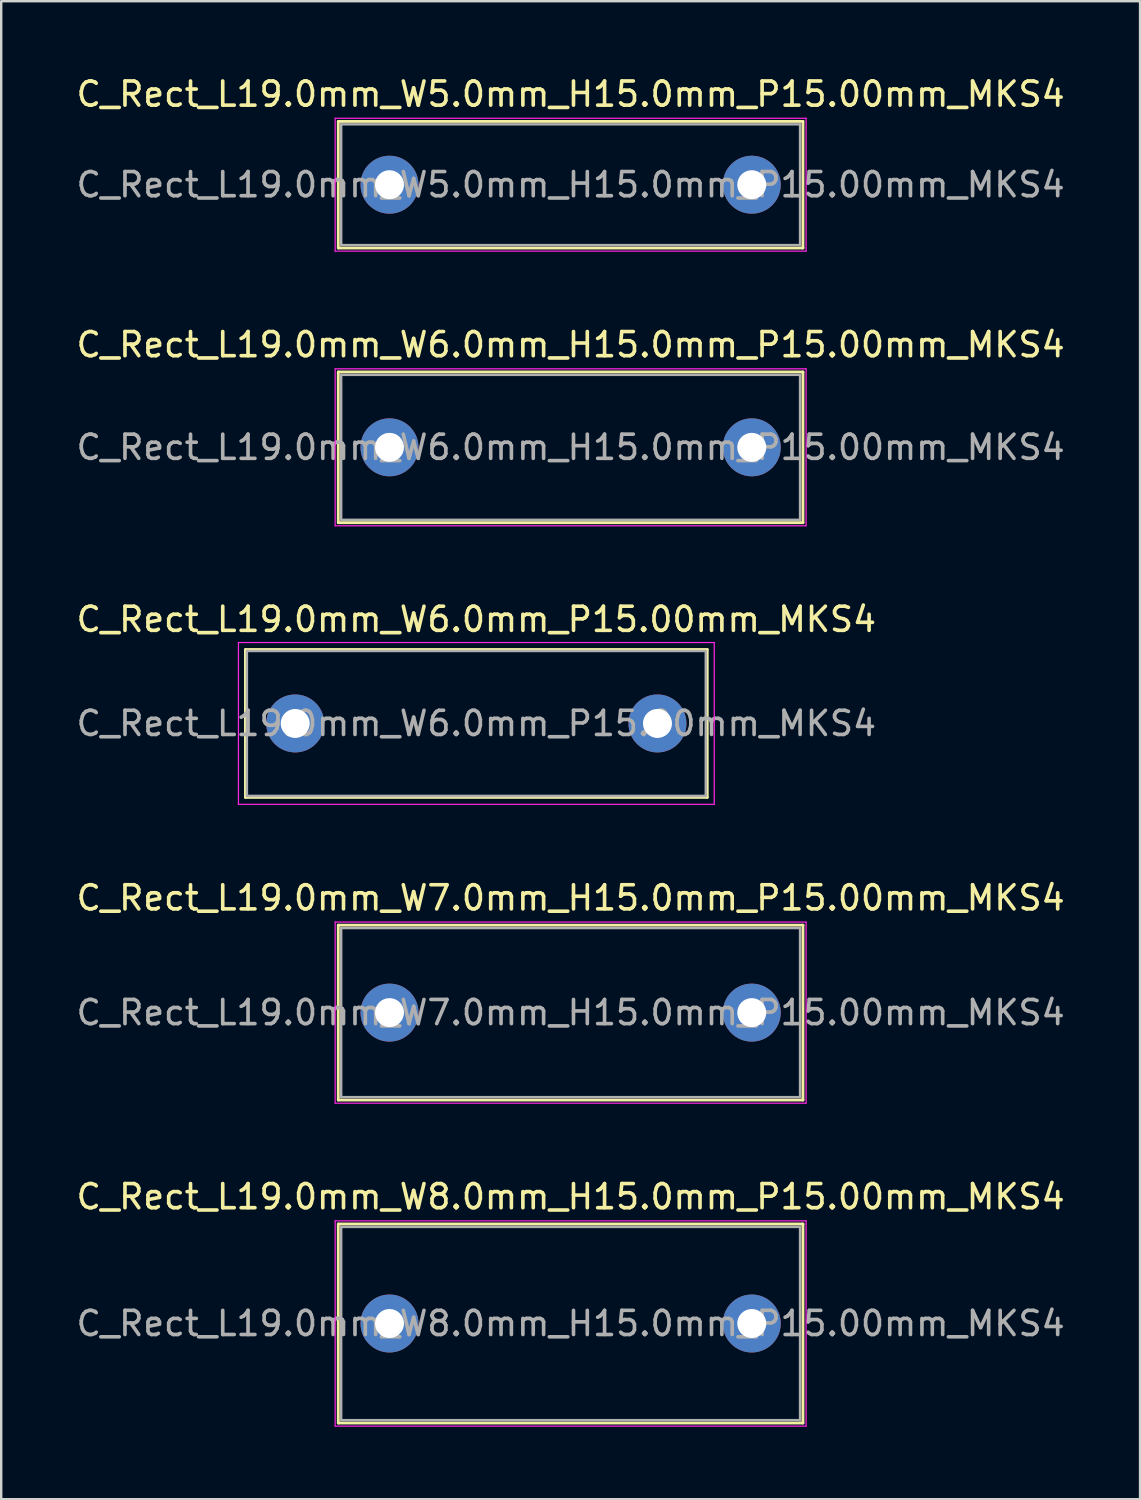
<source format=kicad_pcb>
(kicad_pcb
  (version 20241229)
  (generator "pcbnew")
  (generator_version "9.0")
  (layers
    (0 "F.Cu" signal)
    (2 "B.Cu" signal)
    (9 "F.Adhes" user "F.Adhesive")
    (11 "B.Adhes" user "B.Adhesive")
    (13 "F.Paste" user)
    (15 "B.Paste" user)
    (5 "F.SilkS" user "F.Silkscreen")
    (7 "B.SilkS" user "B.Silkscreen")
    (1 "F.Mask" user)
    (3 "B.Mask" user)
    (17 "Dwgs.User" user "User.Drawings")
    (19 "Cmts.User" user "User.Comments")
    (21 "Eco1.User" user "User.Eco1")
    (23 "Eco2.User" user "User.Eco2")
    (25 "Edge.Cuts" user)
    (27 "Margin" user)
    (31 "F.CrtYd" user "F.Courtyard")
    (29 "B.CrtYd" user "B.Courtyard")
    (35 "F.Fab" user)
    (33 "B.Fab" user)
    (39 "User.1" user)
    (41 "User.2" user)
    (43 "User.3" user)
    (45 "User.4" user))
  (footprint "C_Rect_L19.0mm_W8.0mm_H15.0mm_P15.00mm_MKS4"
    (layer "F.Cu")
    (at 13.077 51.751)
    (property "Reference" "C_Rect_L19.0mm_W8.0mm_H15.0mm_P15.00mm_MKS4" (at 7.5 -5.25 0) (layer "F.SilkS") (effects (font (size 1 1) (thickness 0.15))))
    (attr through_hole)
    (fp_line (start -2.12 -4.12) (end -2.12 4.12) (stroke (width 0.12) (type solid)) (layer "F.SilkS"))
    (fp_line (start -2.12 -4.12) (end 17.12 -4.12) (stroke (width 0.12) (type solid)) (layer "F.SilkS"))
    (fp_line (start -2.12 4.12) (end 17.12 4.12) (stroke (width 0.12) (type solid)) (layer "F.SilkS"))
    (fp_line (start 17.12 -4.12) (end 17.12 4.12) (stroke (width 0.12) (type solid)) (layer "F.SilkS"))
    (fp_line (start -2.25 -4.25) (end -2.25 4.25) (stroke (width 0.05) (type solid)) (layer "F.CrtYd"))
    (fp_line (start -2.25 4.25) (end 17.25 4.25) (stroke (width 0.05) (type solid)) (layer "F.CrtYd"))
    (fp_line (start 17.25 -4.25) (end -2.25 -4.25) (stroke (width 0.05) (type solid)) (layer "F.CrtYd"))
    (fp_line (start 17.25 4.25) (end 17.25 -4.25) (stroke (width 0.05) (type solid)) (layer "F.CrtYd"))
    (fp_line (start -2 -4) (end -2 4) (stroke (width 0.1) (type solid)) (layer "F.Fab"))
    (fp_line (start -2 4) (end 17 4) (stroke (width 0.1) (type solid)) (layer "F.Fab"))
    (fp_line (start 17 -4) (end -2 -4) (stroke (width 0.1) (type solid)) (layer "F.Fab"))
    (fp_line (start 17 4) (end 17 -4) (stroke (width 0.1) (type solid)) (layer "F.Fab"))
    (fp_text user "${REFERENCE}" (at 7.5 0 0) (layer "F.Fab") (effects (font (size 1 1) (thickness 0.15))))
    (pad "1" thru_hole circle (at 0 0) (size 2.4 2.4) (drill 1.2) (layers "*.Cu" "*.Mask"))
    (pad "2" thru_hole circle (at 15 0) (size 2.4 2.4) (drill 1.2) (layers "*.Cu" "*.Mask")))
  (footprint "C_Rect_L19.0mm_W5.0mm_H15.0mm_P15.00mm_MKS4"
    (layer "F.Cu")
    (at 13.077 4.598)
    (property "Reference" "C_Rect_L19.0mm_W5.0mm_H15.0mm_P15.00mm_MKS4" (at 7.5 -3.75 0) (layer "F.SilkS") (effects (font (size 1 1) (thickness 0.15))))
    (attr through_hole)
    (fp_line (start -2.12 -2.62) (end -2.12 2.62) (stroke (width 0.12) (type solid)) (layer "F.SilkS"))
    (fp_line (start -2.12 -2.62) (end 17.12 -2.62) (stroke (width 0.12) (type solid)) (layer "F.SilkS"))
    (fp_line (start -2.12 2.62) (end 17.12 2.62) (stroke (width 0.12) (type solid)) (layer "F.SilkS"))
    (fp_line (start 17.12 -2.62) (end 17.12 2.62) (stroke (width 0.12) (type solid)) (layer "F.SilkS"))
    (fp_line (start -2.25 -2.75) (end -2.25 2.75) (stroke (width 0.05) (type solid)) (layer "F.CrtYd"))
    (fp_line (start -2.25 2.75) (end 17.25 2.75) (stroke (width 0.05) (type solid)) (layer "F.CrtYd"))
    (fp_line (start 17.25 -2.75) (end -2.25 -2.75) (stroke (width 0.05) (type solid)) (layer "F.CrtYd"))
    (fp_line (start 17.25 2.75) (end 17.25 -2.75) (stroke (width 0.05) (type solid)) (layer "F.CrtYd"))
    (fp_line (start -2 -2.5) (end -2 2.5) (stroke (width 0.1) (type solid)) (layer "F.Fab"))
    (fp_line (start -2 2.5) (end 17 2.5) (stroke (width 0.1) (type solid)) (layer "F.Fab"))
    (fp_line (start 17 -2.5) (end -2 -2.5) (stroke (width 0.1) (type solid)) (layer "F.Fab"))
    (fp_line (start 17 2.5) (end 17 -2.5) (stroke (width 0.1) (type solid)) (layer "F.Fab"))
    (fp_text user "${REFERENCE}" (at 7.5 0 0) (layer "F.Fab") (effects (font (size 1 1) (thickness 0.15))))
    (pad "1" thru_hole circle (at 0 0) (size 2.4 2.4) (drill 1.2) (layers "*.Cu" "*.Mask"))
    (pad "2" thru_hole circle (at 15 0) (size 2.4 2.4) (drill 1.2) (layers "*.Cu" "*.Mask")))
  (footprint "C_Rect_L19.0mm_W6.0mm_H15.0mm_P15.00mm_MKS4"
    (layer "F.Cu")
    (at 13.077 15.472)
    (property "Reference" "C_Rect_L19.0mm_W6.0mm_H15.0mm_P15.00mm_MKS4" (at 7.5 -4.25 0) (layer "F.SilkS") (effects (font (size 1 1) (thickness 0.15))))
    (attr through_hole)
    (fp_line (start -2.12 -3.12) (end -2.12 3.12) (stroke (width 0.12) (type solid)) (layer "F.SilkS"))
    (fp_line (start -2.12 -3.12) (end 17.12 -3.12) (stroke (width 0.12) (type solid)) (layer "F.SilkS"))
    (fp_line (start -2.12 3.12) (end 17.12 3.12) (stroke (width 0.12) (type solid)) (layer "F.SilkS"))
    (fp_line (start 17.12 -3.12) (end 17.12 3.12) (stroke (width 0.12) (type solid)) (layer "F.SilkS"))
    (fp_line (start -2.25 -3.25) (end -2.25 3.25) (stroke (width 0.05) (type solid)) (layer "F.CrtYd"))
    (fp_line (start -2.25 3.25) (end 17.25 3.25) (stroke (width 0.05) (type solid)) (layer "F.CrtYd"))
    (fp_line (start 17.25 -3.25) (end -2.25 -3.25) (stroke (width 0.05) (type solid)) (layer "F.CrtYd"))
    (fp_line (start 17.25 3.25) (end 17.25 -3.25) (stroke (width 0.05) (type solid)) (layer "F.CrtYd"))
    (fp_line (start -2 -3) (end -2 3) (stroke (width 0.1) (type solid)) (layer "F.Fab"))
    (fp_line (start -2 3) (end 17 3) (stroke (width 0.1) (type solid)) (layer "F.Fab"))
    (fp_line (start 17 -3) (end -2 -3) (stroke (width 0.1) (type solid)) (layer "F.Fab"))
    (fp_line (start 17 3) (end 17 -3) (stroke (width 0.1) (type solid)) (layer "F.Fab"))
    (fp_text user "${REFERENCE}" (at 7.5 0 0) (layer "F.Fab") (effects (font (size 1 1) (thickness 0.15))))
    (pad "1" thru_hole circle (at 0 0) (size 2.4 2.4) (drill 1.2) (layers "*.Cu" "*.Mask"))
    (pad "2" thru_hole circle (at 15 0) (size 2.4 2.4) (drill 1.2) (layers "*.Cu" "*.Mask")))
  (footprint "C_Rect_L19.0mm_W6.0mm_P15.00mm_MKS4"
    (layer "F.Cu")
    (at 9.173 26.905)
    (property "Reference" "C_Rect_L19.0mm_W6.0mm_P15.00mm_MKS4" (at 7.5 -4.31 0) (layer "F.SilkS") (effects (font (size 1 1) (thickness 0.15))))
    (attr through_hole)
    (fp_line (start -2.06 -3.06) (end -2.06 3.06) (stroke (width 0.12) (type solid)) (layer "F.SilkS"))
    (fp_line (start -2.06 -3.06) (end 17.06 -3.06) (stroke (width 0.12) (type solid)) (layer "F.SilkS"))
    (fp_line (start -2.06 3.06) (end 17.06 3.06) (stroke (width 0.12) (type solid)) (layer "F.SilkS"))
    (fp_line (start 17.06 -3.06) (end 17.06 3.06) (stroke (width 0.12) (type solid)) (layer "F.SilkS"))
    (fp_line (start -2.35 -3.35) (end -2.35 3.35) (stroke (width 0.05) (type solid)) (layer "F.CrtYd"))
    (fp_line (start -2.35 3.35) (end 17.35 3.35) (stroke (width 0.05) (type solid)) (layer "F.CrtYd"))
    (fp_line (start 17.35 -3.35) (end -2.35 -3.35) (stroke (width 0.05) (type solid)) (layer "F.CrtYd"))
    (fp_line (start 17.35 3.35) (end 17.35 -3.35) (stroke (width 0.05) (type solid)) (layer "F.CrtYd"))
    (fp_line (start -2 -3) (end -2 3) (stroke (width 0.1) (type solid)) (layer "F.Fab"))
    (fp_line (start -2 3) (end 17 3) (stroke (width 0.1) (type solid)) (layer "F.Fab"))
    (fp_line (start 17 -3) (end -2 -3) (stroke (width 0.1) (type solid)) (layer "F.Fab"))
    (fp_line (start 17 3) (end 17 -3) (stroke (width 0.1) (type solid)) (layer "F.Fab"))
    (fp_text user "${REFERENCE}" (at 7.5 0 0) (layer "F.Fab") (effects (font (size 1 1) (thickness 0.15))))
    (pad "1" thru_hole circle (at 0 0) (size 2.4 2.4) (drill 1.2) (layers "*.Cu" "*.Mask"))
    (pad "2" thru_hole circle (at 15 0) (size 2.4 2.4) (drill 1.2) (layers "*.Cu" "*.Mask")))
  (footprint "C_Rect_L19.0mm_W7.0mm_H15.0mm_P15.00mm_MKS4"
    (layer "F.Cu")
    (at 13.077 38.878)
    (property "Reference" "C_Rect_L19.0mm_W7.0mm_H15.0mm_P15.00mm_MKS4" (at 7.5 -4.75 0) (layer "F.SilkS") (effects (font (size 1 1) (thickness 0.15))))
    (attr through_hole)
    (fp_line (start -2.12 -3.62) (end -2.12 3.62) (stroke (width 0.12) (type solid)) (layer "F.SilkS"))
    (fp_line (start -2.12 -3.62) (end 17.12 -3.62) (stroke (width 0.12) (type solid)) (layer "F.SilkS"))
    (fp_line (start -2.12 3.62) (end 17.12 3.62) (stroke (width 0.12) (type solid)) (layer "F.SilkS"))
    (fp_line (start 17.12 -3.62) (end 17.12 3.62) (stroke (width 0.12) (type solid)) (layer "F.SilkS"))
    (fp_line (start -2.25 -3.75) (end -2.25 3.75) (stroke (width 0.05) (type solid)) (layer "F.CrtYd"))
    (fp_line (start -2.25 3.75) (end 17.25 3.75) (stroke (width 0.05) (type solid)) (layer "F.CrtYd"))
    (fp_line (start 17.25 -3.75) (end -2.25 -3.75) (stroke (width 0.05) (type solid)) (layer "F.CrtYd"))
    (fp_line (start 17.25 3.75) (end 17.25 -3.75) (stroke (width 0.05) (type solid)) (layer "F.CrtYd"))
    (fp_line (start -2 -3.5) (end -2 3.5) (stroke (width 0.1) (type solid)) (layer "F.Fab"))
    (fp_line (start -2 3.5) (end 17 3.5) (stroke (width 0.1) (type solid)) (layer "F.Fab"))
    (fp_line (start 17 -3.5) (end -2 -3.5) (stroke (width 0.1) (type solid)) (layer "F.Fab"))
    (fp_line (start 17 3.5) (end 17 -3.5) (stroke (width 0.1) (type solid)) (layer "F.Fab"))
    (fp_text user "${REFERENCE}" (at 7.5 0 0) (layer "F.Fab") (effects (font (size 1 1) (thickness 0.15))))
    (pad "1" thru_hole circle (at 0 0) (size 2.4 2.4) (drill 1.2) (layers "*.Cu" "*.Mask"))
    (pad "2" thru_hole circle (at 15 0) (size 2.4 2.4) (drill 1.2) (layers "*.Cu" "*.Mask")))
  (gr_rect
    (start -3 -3)
    (end 44.155 59.026)
    (stroke (width 0.1) (type default))
    (fill no)
    (layer "Edge.Cuts")))
</source>
